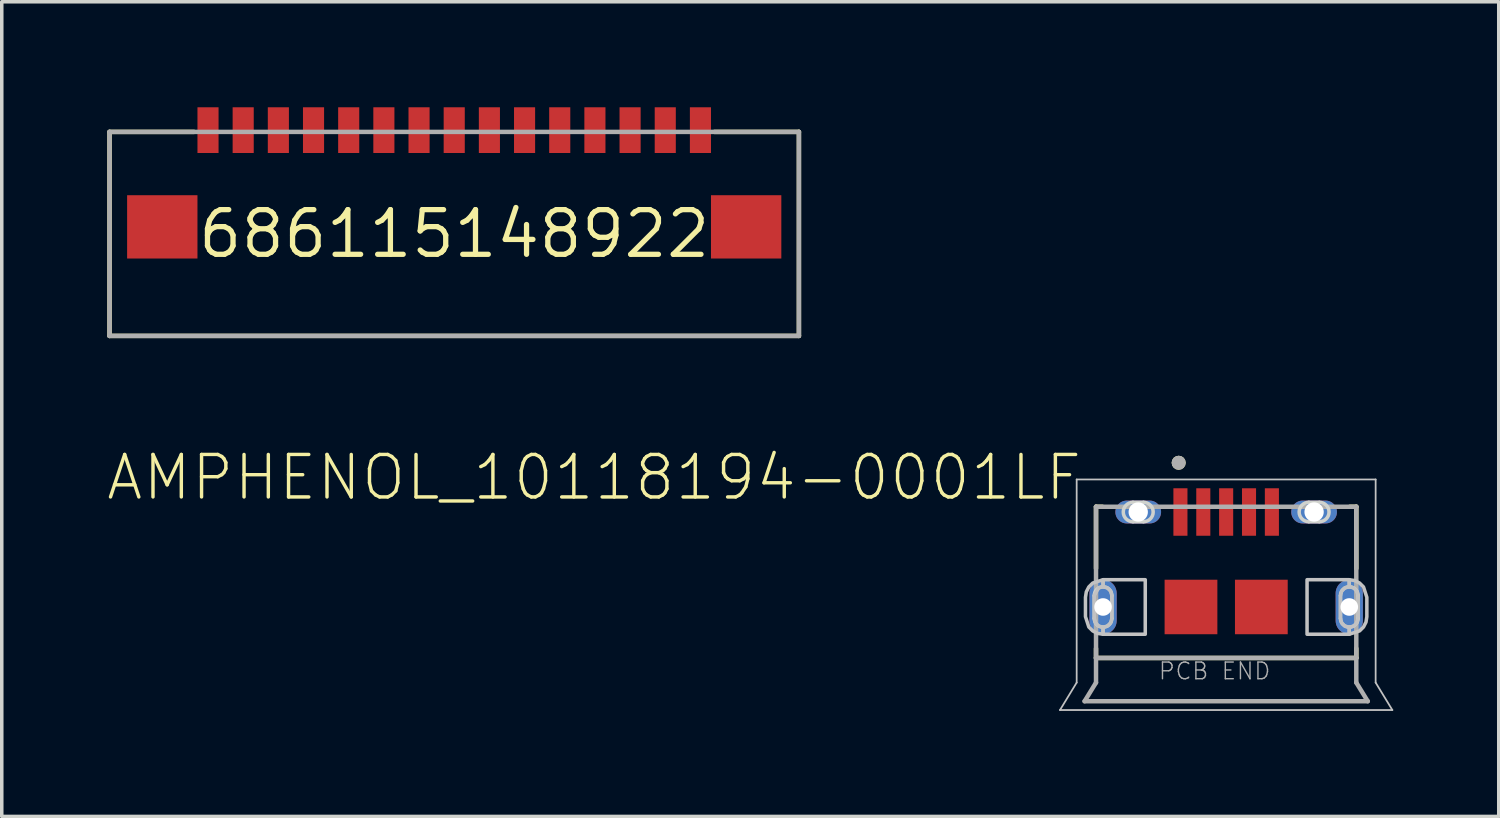
<source format=kicad_pcb>
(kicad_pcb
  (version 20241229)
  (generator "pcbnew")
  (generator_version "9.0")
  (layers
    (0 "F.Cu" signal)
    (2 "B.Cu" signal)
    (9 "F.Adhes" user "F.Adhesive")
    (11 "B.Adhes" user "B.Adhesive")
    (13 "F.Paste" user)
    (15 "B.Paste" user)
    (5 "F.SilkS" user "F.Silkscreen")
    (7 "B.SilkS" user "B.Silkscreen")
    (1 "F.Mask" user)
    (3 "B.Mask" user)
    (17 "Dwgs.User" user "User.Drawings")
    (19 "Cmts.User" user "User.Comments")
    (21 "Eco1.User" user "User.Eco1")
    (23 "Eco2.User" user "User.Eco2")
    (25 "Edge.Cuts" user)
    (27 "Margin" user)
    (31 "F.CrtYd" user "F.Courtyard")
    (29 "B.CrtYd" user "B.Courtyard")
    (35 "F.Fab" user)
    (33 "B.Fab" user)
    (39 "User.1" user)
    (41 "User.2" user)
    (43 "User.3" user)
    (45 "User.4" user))
  (footprint "AMPHENOL_10118194-0001LF"
    (layer "F.Cu")
    (at 31.811 14.207)
    (property "Reference" "AMPHENOL_10118194-0001LF" (at -4.044 -4.389 180) (layer "F.SilkS") (effects (font (size 1.208 1.208) (thickness 0.097)) (justify right top)))
    (attr through_hole)
    (fp_poly (pts (xy -3.6 -0.875) (xy -2.2 -0.875) (xy -2.2 0.875) (xy -3.6 0.875) (xy -3.755 0.851) (xy -3.894 0.78) (xy -4.005 0.669) (xy -4.1 0.375) (xy -4.1 -0.375) (xy -4.076 -0.53) (xy -4.005 -0.669) (xy -3.894 -0.78)) (stroke (width 0) (type solid)) (fill yes) (layer "F.Mask"))
    (fp_poly (pts (xy 3.6 0.875) (xy 2.2 0.875) (xy 2.2 -0.875) (xy 3.6 -0.875) (xy 3.755 -0.851) (xy 3.894 -0.78) (xy 4.005 -0.669) (xy 4.1 -0.375) (xy 4.1 0.375) (xy 4.076 0.53) (xy 4.005 0.669) (xy 3.894 0.78)) (stroke (width 0) (type solid)) (fill yes) (layer "F.Mask"))
    (fp_line (start -3.7 -2.85) (end -3.7 -1.095) (stroke (width 0.127) (type solid)) (layer "F.SilkS"))
    (fp_line (start -3.7 -2.85) (end -3.52 -2.85) (stroke (width 0.127) (type solid)) (layer "F.SilkS"))
    (fp_line (start -3.7 1.45) (end -3.7 1.18) (stroke (width 0.127) (type solid)) (layer "F.SilkS"))
    (fp_line (start -3.7 1.45) (end 3.7 1.45) (stroke (width 0.127) (type solid)) (layer "F.SilkS"))
    (fp_line (start 3.7 -2.85) (end 3.52 -2.85) (stroke (width 0.127) (type solid)) (layer "F.SilkS"))
    (fp_line (start 3.7 -2.85) (end 3.7 -1.095) (stroke (width 0.127) (type solid)) (layer "F.SilkS"))
    (fp_line (start 3.7 1.18) (end 3.7 1.45) (stroke (width 0.127) (type solid)) (layer "F.SilkS"))
    (fp_circle (center -1.35 -4.1) (end -1.25 -4.1) (stroke (width 0.2) (type solid)) (fill no) (layer "F.SilkS"))
    (fp_line (start -3.5 -0.77) (end -3.5 -0.6) (stroke (width 0.0001) (type solid)) (layer "F.Paste"))
    (fp_line (start 3.5 0.77) (end 3.5 0.6) (stroke (width 0.0001) (type solid)) (layer "F.Paste"))
    (fp_poly (pts (xy -3.5 -0.775) (xy -3.5 -0.575) (xy -3.375 -0.542) (xy -3.283 -0.45) (xy -3.25 -0.325) (xy -3.25 0.325) (xy -3.283 0.45) (xy -3.375 0.542) (xy -3.5 0.575) (xy -3.5 0.775) (xy -2.3 0.775) (xy -2.3 -0.775)) (stroke (width 0) (type solid)) (fill yes) (layer "F.Paste"))
    (fp_poly (pts (xy 3.5 0.775) (xy 3.5 0.575) (xy 3.375 0.542) (xy 3.283 0.45) (xy 3.25 0.325) (xy 3.25 -0.325) (xy 3.283 -0.45) (xy 3.375 -0.542) (xy 3.5 -0.575) (xy 3.5 -0.775) (xy 2.3 -0.775) (xy 2.3 0.775)) (stroke (width 0) (type solid)) (fill yes) (layer "F.Paste"))
    (fp_poly (pts (xy -3.5 -0.775) (xy -3.5 -0.575) (xy -3.625 -0.542) (xy -3.75 -0.325) (xy -3.75 0.325) (xy -3.717 0.45) (xy -3.625 0.542) (xy -3.5 0.575) (xy -3.5 0.775) (xy -3.655 0.751) (xy -3.794 0.68) (xy -3.905 0.569) (xy -4 0.275) (xy -4 -0.275) (xy -3.976 -0.43) (xy -3.905 -0.569) (xy -3.794 -0.68)) (stroke (width 0) (type solid)) (fill yes) (layer "F.Paste"))
    (fp_poly (pts (xy 3.5 0.775) (xy 3.5 0.575) (xy 3.625 0.542) (xy 3.717 0.45) (xy 3.75 0.325) (xy 3.75 -0.325) (xy 3.717 -0.45) (xy 3.625 -0.542) (xy 3.5 -0.575) (xy 3.5 -0.775) (xy 3.655 -0.751) (xy 3.794 -0.68) (xy 3.905 -0.569) (xy 4 -0.275) (xy 4 0.275) (xy 3.976 0.43) (xy 3.905 0.569) (xy 3.794 0.68)) (stroke (width 0) (type solid)) (fill yes) (layer "F.Paste"))
    (fp_line (start -4.725 2.93) (end -4.25 2.15) (stroke (width 0.05) (type solid)) (layer "Dwgs.User"))
    (fp_line (start -4.25 -3.625) (end 4.25 -3.625) (stroke (width 0.05) (type solid)) (layer "Dwgs.User"))
    (fp_line (start -4.25 2.15) (end -4.25 -3.625) (stroke (width 0.05) (type solid)) (layer "Dwgs.User"))
    (fp_line (start -3.5 -0.77) (end -3.5 -0.6) (stroke (width 0.0001) (type solid)) (layer "Dwgs.User"))
    (fp_line (start 3.5 0.77) (end 3.5 0.6) (stroke (width 0.0001) (type solid)) (layer "Dwgs.User"))
    (fp_line (start 4.25 2.15) (end 4.25 -3.625) (stroke (width 0.05) (type solid)) (layer "Dwgs.User"))
    (fp_line (start 4.725 2.93) (end -4.725 2.93) (stroke (width 0.05) (type solid)) (layer "Dwgs.User"))
    (fp_line (start 4.725 2.93) (end 4.25 2.15) (stroke (width 0.05) (type solid)) (layer "Dwgs.User"))
    (fp_poly (pts (xy -3.5 -0.775) (xy -3.5 -0.575) (xy -3.375 -0.542) (xy -3.283 -0.45) (xy -3.25 -0.325) (xy -3.25 0.325) (xy -3.283 0.45) (xy -3.375 0.542) (xy -3.5 0.575) (xy -3.5 0.775) (xy -2.3 0.775) (xy -2.3 -0.775)) (stroke (width 0.1) (type solid)) (fill no) (layer "Dwgs.User"))
    (fp_poly (pts (xy 3.5 0.775) (xy 3.5 0.575) (xy 3.375 0.542) (xy 3.283 0.45) (xy 3.25 0.325) (xy 3.25 -0.325) (xy 3.283 -0.45) (xy 3.375 -0.542) (xy 3.5 -0.575) (xy 3.5 -0.775) (xy 2.3 -0.775) (xy 2.3 0.775)) (stroke (width 0.1) (type solid)) (fill no) (layer "Dwgs.User"))
    (fp_poly (pts (xy -3.5 -0.775) (xy -3.5 -0.575) (xy -3.625 -0.542) (xy -3.75 -0.325) (xy -3.75 0.325) (xy -3.717 0.45) (xy -3.625 0.542) (xy -3.5 0.575) (xy -3.5 0.775) (xy -3.655 0.751) (xy -3.794 0.68) (xy -3.905 0.569) (xy -4 0.275) (xy -4 -0.275) (xy -3.976 -0.43) (xy -3.905 -0.569) (xy -3.794 -0.68)) (stroke (width 0.1) (type solid)) (fill no) (layer "Dwgs.User"))
    (fp_poly (pts (xy 3.5 0.775) (xy 3.5 0.575) (xy 3.625 0.542) (xy 3.717 0.45) (xy 3.75 0.325) (xy 3.75 -0.325) (xy 3.717 -0.45) (xy 3.625 -0.542) (xy 3.5 -0.575) (xy 3.5 -0.775) (xy 3.655 -0.751) (xy 3.794 -0.68) (xy 3.905 -0.569) (xy 4 -0.275) (xy 4 0.275) (xy 3.976 0.43) (xy 3.905 0.569) (xy 3.794 0.68)) (stroke (width 0.1) (type solid)) (fill no) (layer "Dwgs.User"))
    (fp_line (start -3.75 0.325) (end -3.75 -0.325) (stroke (width 0.1) (type solid)) (layer "Edge.Cuts"))
    (fp_line (start -3.25 0.325) (end -3.25 -0.325) (stroke (width 0.1) (type solid)) (layer "Edge.Cuts"))
    (fp_line (start -2.65 -2.975) (end -2.35 -2.975) (stroke (width 0.1) (type solid)) (layer "Edge.Cuts"))
    (fp_line (start -2.65 -2.425) (end -2.35 -2.425) (stroke (width 0.1) (type solid)) (layer "Edge.Cuts"))
    (fp_line (start 2.35 -2.975) (end 2.65 -2.975) (stroke (width 0.1) (type solid)) (layer "Edge.Cuts"))
    (fp_line (start 2.35 -2.425) (end 2.65 -2.425) (stroke (width 0.1) (type solid)) (layer "Edge.Cuts"))
    (fp_line (start 3.25 -0.325) (end 3.25 0.325) (stroke (width 0.1) (type solid)) (layer "Edge.Cuts"))
    (fp_line (start 3.75 -0.325) (end 3.75 0.325) (stroke (width 0.1) (type solid)) (layer "Edge.Cuts"))
    (fp_arc (start -3.75 -0.325) (mid -3.5 -0.575) (end -3.25 -0.325) (stroke (width 0.1) (type solid)) (layer "Edge.Cuts"))
    (fp_arc (start -3.25 0.325) (mid -3.5 0.575) (end -3.75 0.325) (stroke (width 0.1) (type solid)) (layer "Edge.Cuts"))
    (fp_arc (start -2.65 -2.425) (mid -2.925 -2.7) (end -2.65 -2.975) (stroke (width 0.1) (type solid)) (layer "Edge.Cuts"))
    (fp_arc (start -2.35 -2.975) (mid -2.075 -2.7) (end -2.35 -2.425) (stroke (width 0.1) (type solid)) (layer "Edge.Cuts"))
    (fp_arc (start 2.35 -2.425) (mid 2.075 -2.7) (end 2.35 -2.975) (stroke (width 0.1) (type solid)) (layer "Edge.Cuts"))
    (fp_arc (start 2.65 -2.975) (mid 2.925 -2.7) (end 2.65 -2.425) (stroke (width 0.1) (type solid)) (layer "Edge.Cuts"))
    (fp_arc (start 3.25 -0.325) (mid 3.5 -0.575) (end 3.75 -0.325) (stroke (width 0.1) (type solid)) (layer "Edge.Cuts"))
    (fp_arc (start 3.75 0.325) (mid 3.5 0.575) (end 3.25 0.325) (stroke (width 0.1) (type solid)) (layer "Edge.Cuts"))
    (fp_line (start -4.025 2.68) (end 4.025 2.68) (stroke (width 0.127) (type solid)) (layer "F.Fab"))
    (fp_line (start -3.7 -2.85) (end -3.7 1.45) (stroke (width 0.127) (type solid)) (layer "F.Fab"))
    (fp_line (start -3.7 -2.85) (end 3.7 -2.85) (stroke (width 0.127) (type solid)) (layer "F.Fab"))
    (fp_line (start -3.7 1.45) (end -3.7 2.15) (stroke (width 0.127) (type solid)) (layer "F.Fab"))
    (fp_line (start -3.7 1.45) (end 3.7 1.45) (stroke (width 0.127) (type solid)) (layer "F.Fab"))
    (fp_line (start -3.7 2.15) (end -4.025 2.68) (stroke (width 0.127) (type solid)) (layer "F.Fab"))
    (fp_line (start 3.7 1.45) (end 3.7 -2.85) (stroke (width 0.127) (type solid)) (layer "F.Fab"))
    (fp_line (start 3.7 2.15) (end 3.7 1.45) (stroke (width 0.127) (type solid)) (layer "F.Fab"))
    (fp_line (start 4.025 2.68) (end 3.7 2.15) (stroke (width 0.127) (type solid)) (layer "F.Fab"))
    (fp_circle (center -1.35 -4.1) (end -1.25 -4.1) (stroke (width 0.2) (type solid)) (fill no) (layer "F.Fab"))
    (fp_text user "PCB END" (at -1.95 2.1 0) (layer "F.Fab") (effects (font (size 0.475 0.475) (thickness 0.04)) (justify left bottom)))
    (pad "1" smd rect (at -1.3 -2.7) (size 0.4 1.35) (layers "F.Cu" "F.Mask" "F.Paste"))
    (pad "2" smd rect (at -0.65 -2.7) (size 0.4 1.35) (layers "F.Cu" "F.Mask" "F.Paste"))
    (pad "3" smd rect (at 0 -2.7) (size 0.4 1.35) (layers "F.Cu" "F.Mask" "F.Paste"))
    (pad "4" smd rect (at 0.65 -2.7) (size 0.4 1.35) (layers "F.Cu" "F.Mask" "F.Paste"))
    (pad "5" smd rect (at 1.3 -2.7) (size 0.4 1.35) (layers "F.Cu" "F.Mask" "F.Paste"))
    (pad "S1" thru_hole oval (at -2.5 -2.7) (size 1.3 0.65) (drill 0.55) (layers "*.Cu" "*.Mask"))
    (pad "S2" thru_hole oval (at 2.5 -2.7) (size 1.3 0.65) (drill 0.55) (layers "*.Cu" "*.Mask"))
    (pad "S3" thru_hole oval (at -3.5 0 90) (size 1.55 0.775) (drill 0.5) (layers "*.Cu" "*.Mask"))
    (pad "S4" smd rect (at -1 0) (size 1.5 1.55) (layers "F.Cu" "F.Mask" "F.Paste"))
    (pad "S5" smd rect (at 1 0) (size 1.5 1.55) (layers "F.Cu" "F.Mask" "F.Paste"))
    (pad "S6" thru_hole oval (at 3.5 0 270) (size 1.55 0.775) (drill 0.5) (layers "*.Cu" "*.Mask")))
  (footprint "686115148922"
    (layer "F.Cu")
    (at 9.864 3.6)
    (property "Reference" "686115148922" (at 0 0 0) (layer "F.SilkS") (effects (font (size 1.27 1.27) (thickness 0.15))))
    (attr through_hole)
    (fp_line (start -9.8 -2.9) (end -9.8 2.9) (stroke (width 0.127) (type solid)) (layer "F.SilkS"))
    (fp_line (start -9.8 -2.9) (end -7.4 -2.9) (stroke (width 0.127) (type solid)) (layer "F.SilkS"))
    (fp_line (start -9.8 2.9) (end 9.8 2.9) (stroke (width 0.127) (type solid)) (layer "F.SilkS"))
    (fp_line (start 9.8 -2.9) (end 7.4 -2.9) (stroke (width 0.127) (type solid)) (layer "F.SilkS"))
    (fp_line (start 9.8 -2.9) (end 9.8 2.9) (stroke (width 0.127) (type solid)) (layer "F.SilkS"))
    (fp_line (start -9.8 -2.9) (end -9.8 2.9) (stroke (width 0.127) (type solid)) (layer "F.Fab"))
    (fp_line (start -9.8 -2.9) (end 9.8 -2.9) (stroke (width 0.127) (type solid)) (layer "F.Fab"))
    (fp_line (start -9.8 2.9) (end 9.8 2.9) (stroke (width 0.127) (type solid)) (layer "F.Fab"))
    (fp_line (start 9.8 -2.9) (end 9.8 2.9) (stroke (width 0.127) (type solid)) (layer "F.Fab"))
    (pad "1" smd rect (at 7 -2.95) (size 0.6 1.3) (layers "F.Cu" "F.Mask" "F.Paste"))
    (pad "2" smd rect (at 6 -2.95) (size 0.6 1.3) (layers "F.Cu" "F.Mask" "F.Paste"))
    (pad "3" smd rect (at 5 -2.95) (size 0.6 1.3) (layers "F.Cu" "F.Mask" "F.Paste"))
    (pad "4" smd rect (at 4 -2.95) (size 0.6 1.3) (layers "F.Cu" "F.Mask" "F.Paste"))
    (pad "5" smd rect (at 3 -2.95) (size 0.6 1.3) (layers "F.Cu" "F.Mask" "F.Paste"))
    (pad "6" smd rect (at 2 -2.95) (size 0.6 1.3) (layers "F.Cu" "F.Mask" "F.Paste"))
    (pad "7" smd rect (at 1 -2.95) (size 0.6 1.3) (layers "F.Cu" "F.Mask" "F.Paste"))
    (pad "8" smd rect (at 0 -2.95) (size 0.6 1.3) (layers "F.Cu" "F.Mask" "F.Paste"))
    (pad "9" smd rect (at -1 -2.95) (size 0.6 1.3) (layers "F.Cu" "F.Mask" "F.Paste"))
    (pad "10" smd rect (at -2 -2.95) (size 0.6 1.3) (layers "F.Cu" "F.Mask" "F.Paste"))
    (pad "11" smd rect (at -3 -2.95) (size 0.6 1.3) (layers "F.Cu" "F.Mask" "F.Paste"))
    (pad "12" smd rect (at -4 -2.95) (size 0.6 1.3) (layers "F.Cu" "F.Mask" "F.Paste"))
    (pad "13" smd rect (at -5 -2.95) (size 0.6 1.3) (layers "F.Cu" "F.Mask" "F.Paste"))
    (pad "14" smd rect (at -6 -2.95) (size 0.6 1.3) (layers "F.Cu" "F.Mask" "F.Paste"))
    (pad "15" smd rect (at -7 -2.95) (size 0.6 1.3) (layers "F.Cu" "F.Mask" "F.Paste"))
    (pad "SHLD1" smd rect (at -8.3 -0.2) (size 2 1.8) (layers "F.Cu" "F.Mask" "F.Paste"))
    (pad "SHLD2" smd rect (at 8.3 -0.2) (size 2 1.8) (layers "F.Cu" "F.Mask" "F.Paste")))
  (gr_rect
    (start -3 -3)
    (end 39.561 20.162)
    (stroke (width 0.1) (type default))
    (fill no)
    (layer "Edge.Cuts")))
</source>
